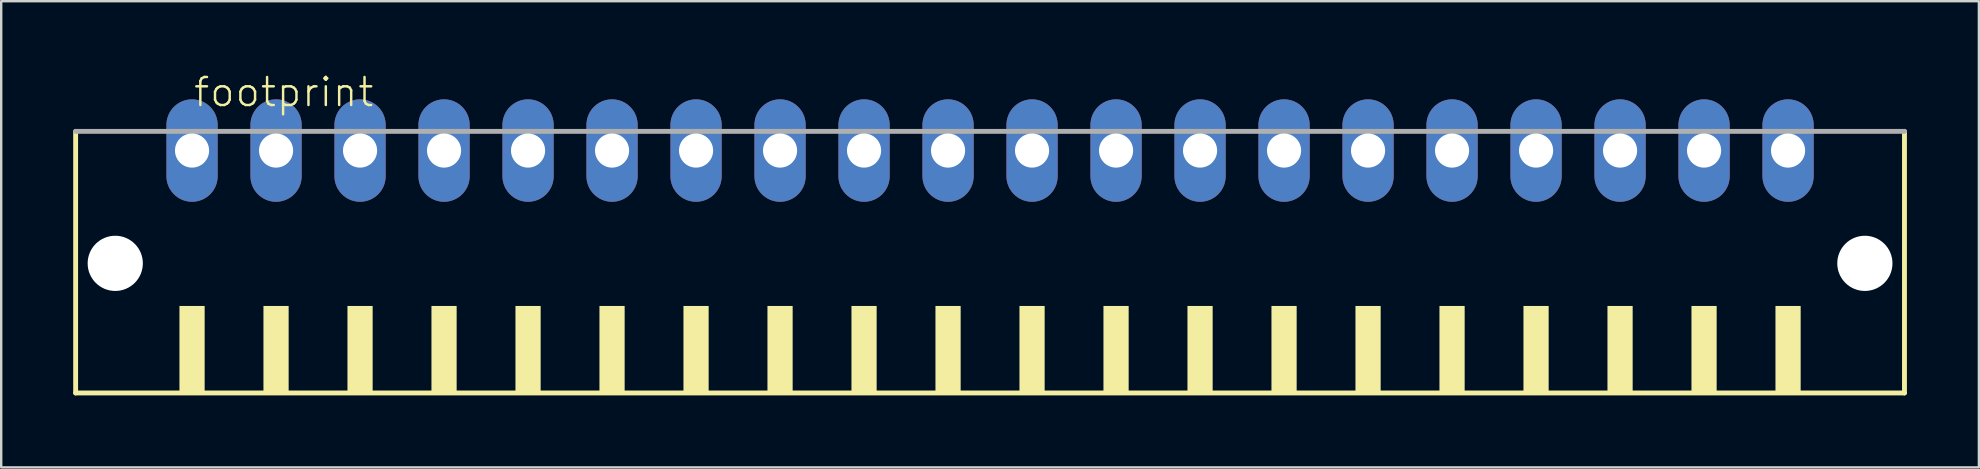
<source format=kicad_pcb>
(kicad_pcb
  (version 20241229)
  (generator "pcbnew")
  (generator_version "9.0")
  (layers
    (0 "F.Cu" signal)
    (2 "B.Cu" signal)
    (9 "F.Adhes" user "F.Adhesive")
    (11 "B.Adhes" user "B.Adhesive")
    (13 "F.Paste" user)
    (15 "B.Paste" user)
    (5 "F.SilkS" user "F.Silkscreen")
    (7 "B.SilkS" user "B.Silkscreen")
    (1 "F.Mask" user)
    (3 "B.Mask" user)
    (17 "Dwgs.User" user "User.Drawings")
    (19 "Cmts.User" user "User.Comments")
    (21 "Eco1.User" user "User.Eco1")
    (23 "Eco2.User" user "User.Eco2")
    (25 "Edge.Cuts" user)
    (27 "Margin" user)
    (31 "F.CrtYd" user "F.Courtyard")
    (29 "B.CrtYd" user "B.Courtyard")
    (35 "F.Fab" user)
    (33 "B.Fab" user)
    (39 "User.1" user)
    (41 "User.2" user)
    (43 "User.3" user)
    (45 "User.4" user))
  (footprint "footprint"
    (layer "F.Cu")
    (at 38.202 8.473)
    (property "Reference" "footprint" (at -33.25 -7 0) (layer "F.SilkS") (effects (font (size 1.168 1.168) (thickness 0.102)) (justify left bottom)))
    (fp_line (start -38.1 -6.05) (end -38.1 4.85) (stroke (width 0.203) (type solid)) (layer "F.SilkS"))
    (fp_line (start -38.1 4.85) (end 38.1 4.85) (stroke (width 0.203) (type solid)) (layer "F.SilkS"))
    (fp_line (start 38.1 4.85) (end 38.1 -6.05) (stroke (width 0.203) (type solid)) (layer "F.SilkS"))
    (fp_poly (pts (xy -33.775 4.9) (xy -32.725 4.9) (xy -32.725 1.225) (xy -33.775 1.225)) (stroke (width 0) (type solid)) (fill yes) (layer "F.SilkS"))
    (fp_poly (pts (xy -30.275 4.9) (xy -29.225 4.9) (xy -29.225 1.225) (xy -30.275 1.225)) (stroke (width 0) (type solid)) (fill yes) (layer "F.SilkS"))
    (fp_poly (pts (xy -26.775 4.9) (xy -25.725 4.9) (xy -25.725 1.225) (xy -26.775 1.225)) (stroke (width 0) (type solid)) (fill yes) (layer "F.SilkS"))
    (fp_poly (pts (xy -23.275 4.9) (xy -22.225 4.9) (xy -22.225 1.225) (xy -23.275 1.225)) (stroke (width 0) (type solid)) (fill yes) (layer "F.SilkS"))
    (fp_poly (pts (xy -19.775 4.9) (xy -18.725 4.9) (xy -18.725 1.225) (xy -19.775 1.225)) (stroke (width 0) (type solid)) (fill yes) (layer "F.SilkS"))
    (fp_poly (pts (xy -16.275 4.9) (xy -15.225 4.9) (xy -15.225 1.225) (xy -16.275 1.225)) (stroke (width 0) (type solid)) (fill yes) (layer "F.SilkS"))
    (fp_poly (pts (xy -12.775 4.9) (xy -11.725 4.9) (xy -11.725 1.225) (xy -12.775 1.225)) (stroke (width 0) (type solid)) (fill yes) (layer "F.SilkS"))
    (fp_poly (pts (xy -9.275 4.9) (xy -8.225 4.9) (xy -8.225 1.225) (xy -9.275 1.225)) (stroke (width 0) (type solid)) (fill yes) (layer "F.SilkS"))
    (fp_poly (pts (xy -5.775 4.9) (xy -4.725 4.9) (xy -4.725 1.225) (xy -5.775 1.225)) (stroke (width 0) (type solid)) (fill yes) (layer "F.SilkS"))
    (fp_poly (pts (xy -2.275 4.9) (xy -1.225 4.9) (xy -1.225 1.225) (xy -2.275 1.225)) (stroke (width 0) (type solid)) (fill yes) (layer "F.SilkS"))
    (fp_poly (pts (xy 1.225 4.9) (xy 2.275 4.9) (xy 2.275 1.225) (xy 1.225 1.225)) (stroke (width 0) (type solid)) (fill yes) (layer "F.SilkS"))
    (fp_poly (pts (xy 4.725 4.9) (xy 5.775 4.9) (xy 5.775 1.225) (xy 4.725 1.225)) (stroke (width 0) (type solid)) (fill yes) (layer "F.SilkS"))
    (fp_poly (pts (xy 8.225 4.9) (xy 9.275 4.9) (xy 9.275 1.225) (xy 8.225 1.225)) (stroke (width 0) (type solid)) (fill yes) (layer "F.SilkS"))
    (fp_poly (pts (xy 11.725 4.9) (xy 12.775 4.9) (xy 12.775 1.225) (xy 11.725 1.225)) (stroke (width 0) (type solid)) (fill yes) (layer "F.SilkS"))
    (fp_poly (pts (xy 15.225 4.9) (xy 16.275 4.9) (xy 16.275 1.225) (xy 15.225 1.225)) (stroke (width 0) (type solid)) (fill yes) (layer "F.SilkS"))
    (fp_poly (pts (xy 18.725 4.9) (xy 19.775 4.9) (xy 19.775 1.225) (xy 18.725 1.225)) (stroke (width 0) (type solid)) (fill yes) (layer "F.SilkS"))
    (fp_poly (pts (xy 22.225 4.9) (xy 23.275 4.9) (xy 23.275 1.225) (xy 22.225 1.225)) (stroke (width 0) (type solid)) (fill yes) (layer "F.SilkS"))
    (fp_poly (pts (xy 25.725 4.9) (xy 26.775 4.9) (xy 26.775 1.225) (xy 25.725 1.225)) (stroke (width 0) (type solid)) (fill yes) (layer "F.SilkS"))
    (fp_poly (pts (xy 29.225 4.9) (xy 30.275 4.9) (xy 30.275 1.225) (xy 29.225 1.225)) (stroke (width 0) (type solid)) (fill yes) (layer "F.SilkS"))
    (fp_poly (pts (xy 32.725 4.9) (xy 33.775 4.9) (xy 33.775 1.225) (xy 32.725 1.225)) (stroke (width 0) (type solid)) (fill yes) (layer "F.SilkS"))
    (fp_line (start 38.1 -6.05) (end -38.1 -6.05) (stroke (width 0.203) (type solid)) (layer "F.Fab"))
    (pad "" np_thru_hole circle (at -36.45 -0.55) (size 2.3 2.3) (drill 2.3) (layers "*.Cu" "*.Mask"))
    (pad "" np_thru_hole circle (at 36.45 -0.55) (size 2.3 2.3) (drill 2.3) (layers "*.Cu" "*.Mask"))
    (pad "1" thru_hole oval (at -33.25 -5.25 90) (size 4.267 2.134) (drill 1.422) (layers "*.Cu" "*.Mask"))
    (pad "2" thru_hole oval (at -29.75 -5.25 90) (size 4.267 2.134) (drill 1.422) (layers "*.Cu" "*.Mask"))
    (pad "3" thru_hole oval (at -26.25 -5.25 90) (size 4.267 2.134) (drill 1.422) (layers "*.Cu" "*.Mask"))
    (pad "4" thru_hole oval (at -22.75 -5.25 90) (size 4.267 2.134) (drill 1.422) (layers "*.Cu" "*.Mask"))
    (pad "5" thru_hole oval (at -19.25 -5.25 90) (size 4.267 2.134) (drill 1.422) (layers "*.Cu" "*.Mask"))
    (pad "6" thru_hole oval (at -15.75 -5.25 90) (size 4.267 2.134) (drill 1.422) (layers "*.Cu" "*.Mask"))
    (pad "7" thru_hole oval (at -12.25 -5.25 90) (size 4.267 2.134) (drill 1.422) (layers "*.Cu" "*.Mask"))
    (pad "8" thru_hole oval (at -8.75 -5.25 90) (size 4.267 2.134) (drill 1.422) (layers "*.Cu" "*.Mask"))
    (pad "9" thru_hole oval (at -5.25 -5.25 90) (size 4.267 2.134) (drill 1.422) (layers "*.Cu" "*.Mask"))
    (pad "10" thru_hole oval (at -1.75 -5.25 90) (size 4.267 2.134) (drill 1.422) (layers "*.Cu" "*.Mask"))
    (pad "11" thru_hole oval (at 1.75 -5.25 90) (size 4.267 2.134) (drill 1.422) (layers "*.Cu" "*.Mask"))
    (pad "12" thru_hole oval (at 5.25 -5.25 90) (size 4.267 2.134) (drill 1.422) (layers "*.Cu" "*.Mask"))
    (pad "13" thru_hole oval (at 8.75 -5.25 90) (size 4.267 2.134) (drill 1.422) (layers "*.Cu" "*.Mask"))
    (pad "14" thru_hole oval (at 12.25 -5.25 90) (size 4.267 2.134) (drill 1.422) (layers "*.Cu" "*.Mask"))
    (pad "15" thru_hole oval (at 15.75 -5.25 90) (size 4.267 2.134) (drill 1.422) (layers "*.Cu" "*.Mask"))
    (pad "16" thru_hole oval (at 19.25 -5.25 90) (size 4.267 2.134) (drill 1.422) (layers "*.Cu" "*.Mask"))
    (pad "17" thru_hole oval (at 22.75 -5.25 90) (size 4.267 2.134) (drill 1.422) (layers "*.Cu" "*.Mask"))
    (pad "18" thru_hole oval (at 26.25 -5.25 90) (size 4.267 2.134) (drill 1.422) (layers "*.Cu" "*.Mask"))
    (pad "19" thru_hole oval (at 29.75 -5.25 90) (size 4.267 2.134) (drill 1.422) (layers "*.Cu" "*.Mask"))
    (pad "20" thru_hole oval (at 33.25 -5.25 90) (size 4.267 2.134) (drill 1.422) (layers "*.Cu" "*.Mask")))
  (gr_rect
    (start -3 -3)
    (end 79.403 16.425)
    (stroke (width 0.1) (type default))
    (fill no)
    (layer "Edge.Cuts")))
</source>
